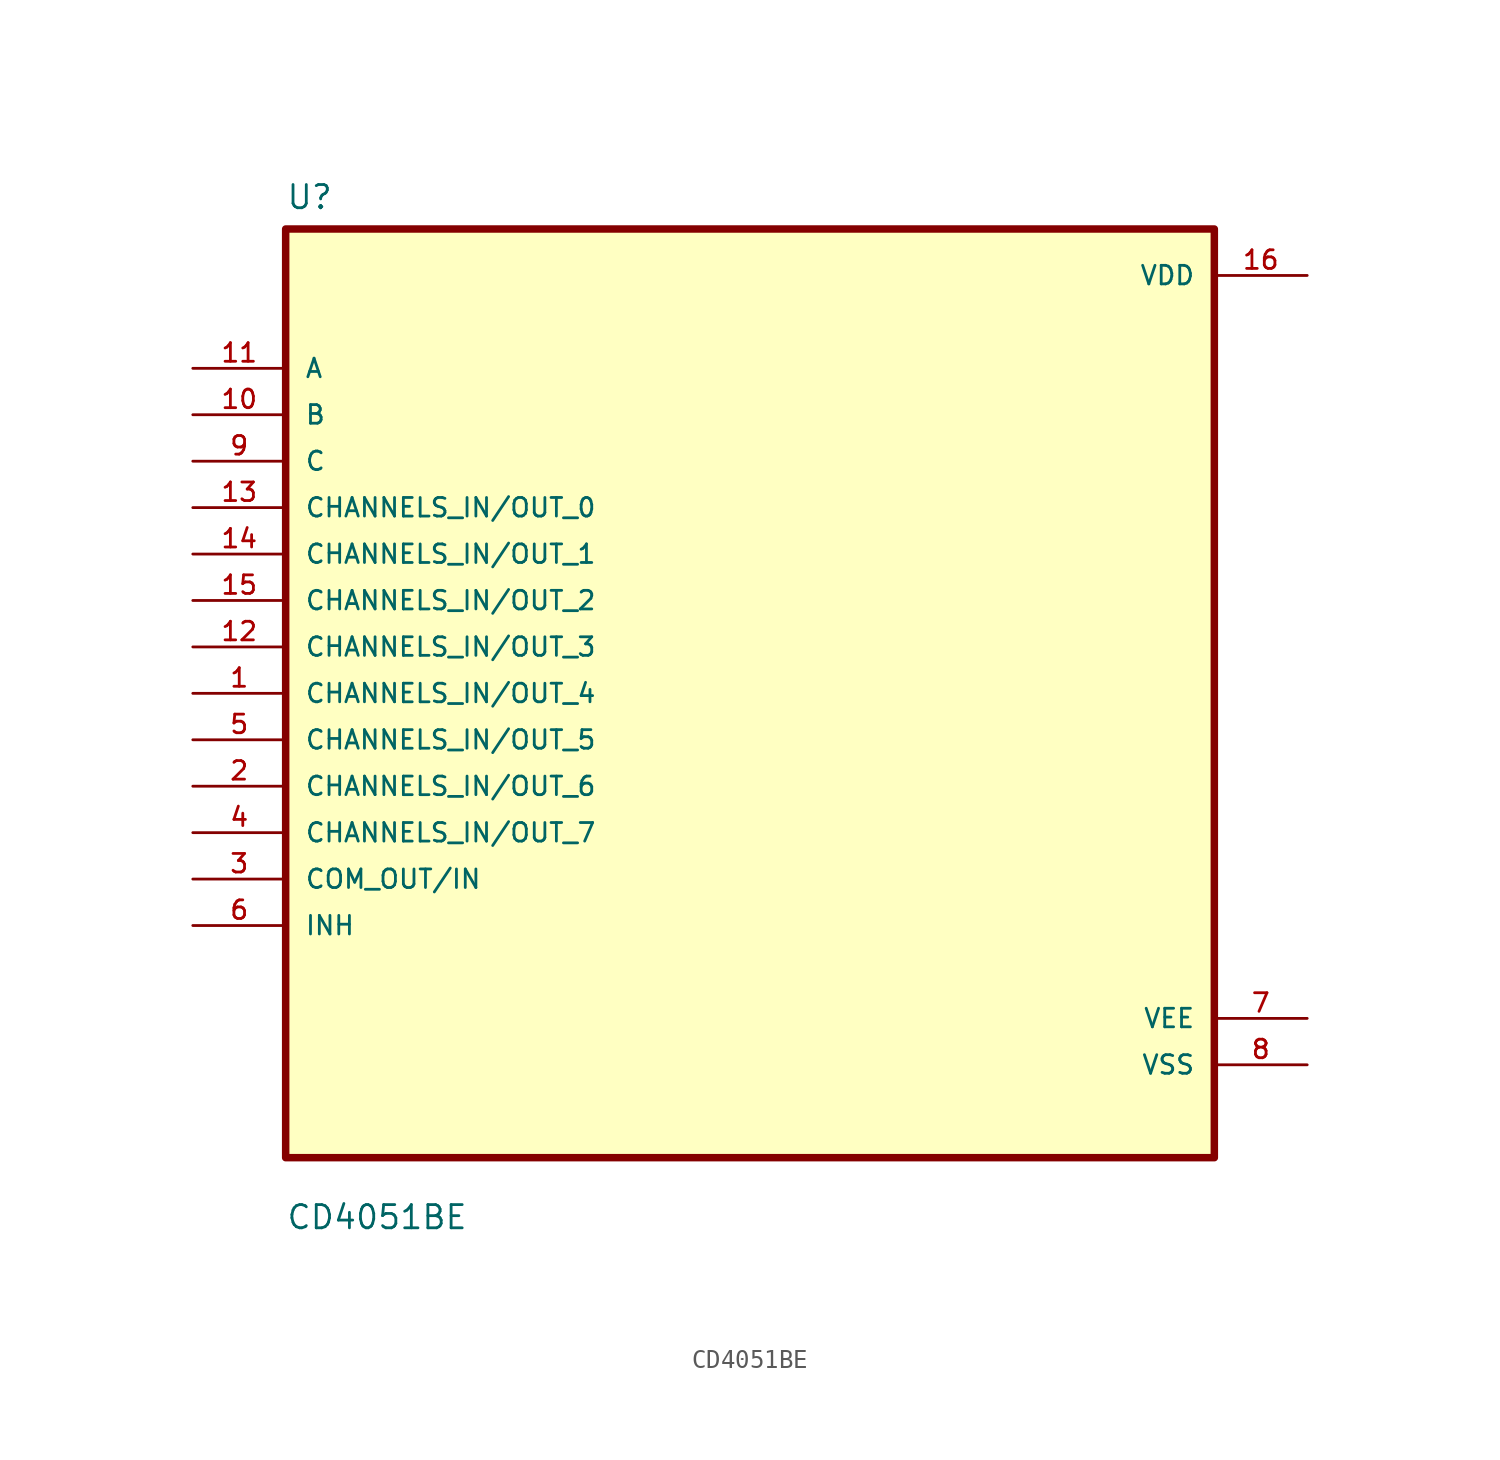
<source format=kicad_sym>
(kicad_symbol_lib
  (version 20211014)
  (generator kicad_symbol_editor)
  (symbol "CD4051BE"
    (pin_names
      (offset 1.016))
    (property "Reference" "U"
      (at -25.4 26.4 0.0)
      (effects (font (size 1.27 1.27)) (justify bottom left)))
    (property "Value" "CD4051BE"
      (at -25.4 -29.4 0.0)
      (effects (font (size 1.27 1.27)) (justify bottom left)))
    (symbol "CD4051BE_0_0"
      (rectangle (start -25.4 -25.4) (end 25.4 25.4) (stroke (width 0.41)) (fill (type background)))
      (pin input line (at -30.48 17.78 0) (length 5.08) (name "A" (effects (font (size 1.016 1.016)))) (number "11" (effects (font (size 1.016 1.016)))))
      (pin input line (at -30.48 15.24 0) (length 5.08) (name "B" (effects (font (size 1.016 1.016)))) (number "10" (effects (font (size 1.016 1.016)))))
      (pin input line (at -30.48 12.7 0) (length 5.08) (name "C" (effects (font (size 1.016 1.016)))) (number "9" (effects (font (size 1.016 1.016)))))
      (pin input line (at -30.48 10.16 0) (length 5.08) (name "CHANNELS_IN/OUT_0" (effects (font (size 1.016 1.016)))) (number "13" (effects (font (size 1.016 1.016)))))
      (pin input line (at -30.48 7.62 0) (length 5.08) (name "CHANNELS_IN/OUT_1" (effects (font (size 1.016 1.016)))) (number "14" (effects (font (size 1.016 1.016)))))
      (pin input line (at -30.48 5.08 0) (length 5.08) (name "CHANNELS_IN/OUT_2" (effects (font (size 1.016 1.016)))) (number "15" (effects (font (size 1.016 1.016)))))
      (pin input line (at -30.48 2.54 0) (length 5.08) (name "CHANNELS_IN/OUT_3" (effects (font (size 1.016 1.016)))) (number "12" (effects (font (size 1.016 1.016)))))
      (pin input line (at -30.48 3.55271e-15 0) (length 5.08) (name "CHANNELS_IN/OUT_4" (effects (font (size 1.016 1.016)))) (number "1" (effects (font (size 1.016 1.016)))))
      (pin input line (at -30.48 -2.54 0) (length 5.08) (name "CHANNELS_IN/OUT_5" (effects (font (size 1.016 1.016)))) (number "5" (effects (font (size 1.016 1.016)))))
      (pin input line (at -30.48 -5.08 0) (length 5.08) (name "CHANNELS_IN/OUT_6" (effects (font (size 1.016 1.016)))) (number "2" (effects (font (size 1.016 1.016)))))
      (pin input line (at -30.48 -7.62 0) (length 5.08) (name "CHANNELS_IN/OUT_7" (effects (font (size 1.016 1.016)))) (number "4" (effects (font (size 1.016 1.016)))))
      (pin input line (at -30.48 -10.16 0) (length 5.08) (name "COM_OUT/IN" (effects (font (size 1.016 1.016)))) (number "3" (effects (font (size 1.016 1.016)))))
      (pin input line (at -30.48 -12.7 0) (length 5.08) (name "INH" (effects (font (size 1.016 1.016)))) (number "6" (effects (font (size 1.016 1.016)))))
      (pin power_in line (at 30.48 22.86 180.0) (length 5.08) (name "VDD" (effects (font (size 1.016 1.016)))) (number "16" (effects (font (size 1.016 1.016)))))
      (pin power_in line (at 30.48 -17.78 180.0) (length 5.08) (name "VEE" (effects (font (size 1.016 1.016)))) (number "7" (effects (font (size 1.016 1.016)))))
      (pin power_in line (at 30.48 -20.32 180.0) (length 5.08) (name "VSS" (effects (font (size 1.016 1.016)))) (number "8" (effects (font (size 1.016 1.016))))))))
</source>
